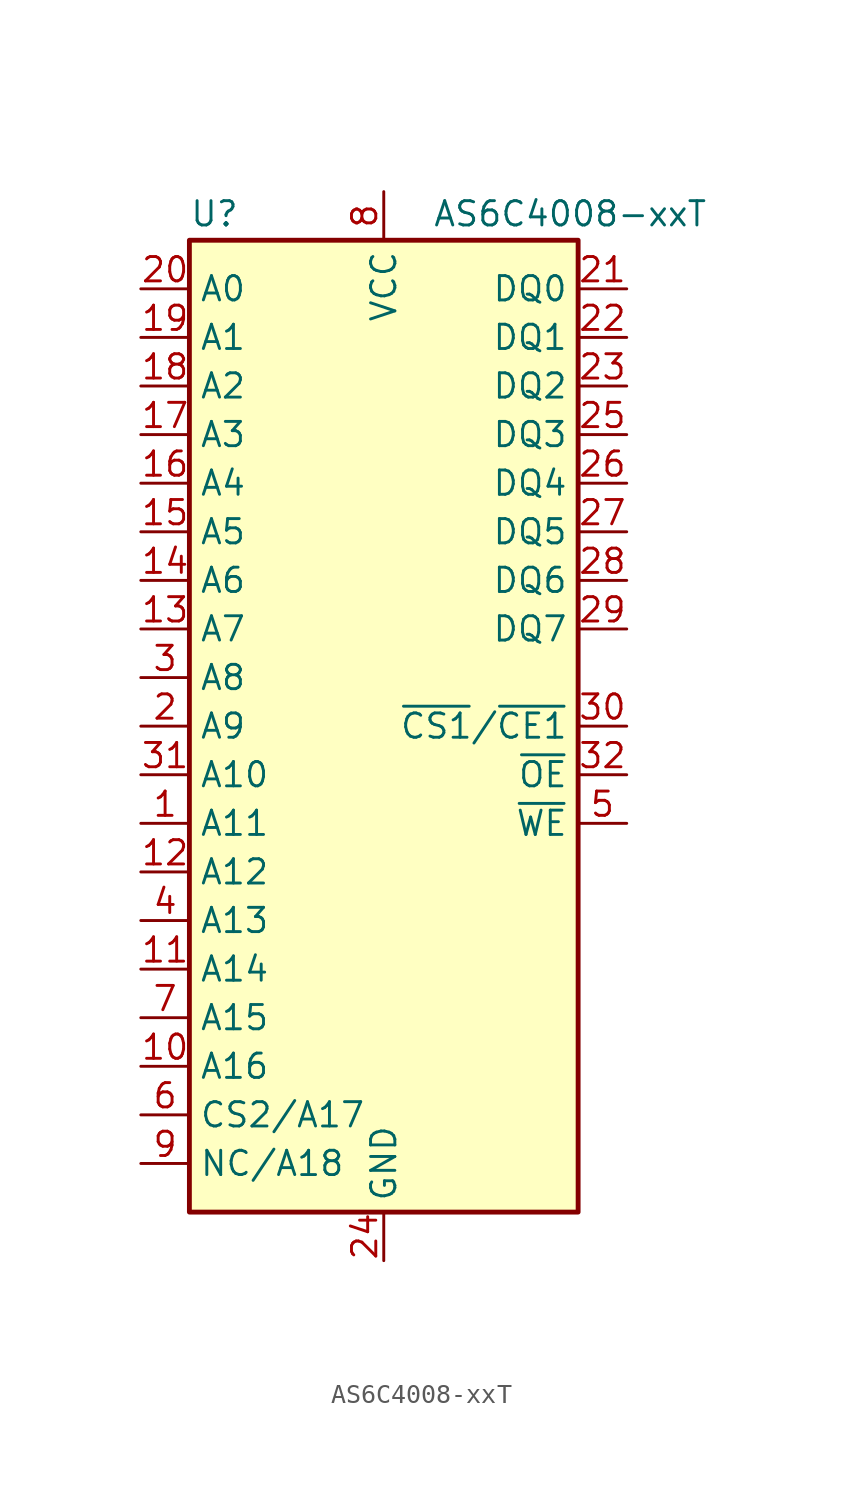
<source format=kicad_sym>
(kicad_symbol_lib
  (version 20231120)
  (generator "kicad_symbol_editor")
  (generator_version "8.0")
  (symbol "AS6C4008-xxT"
    (property "Reference" "U"
      (at -10.16 26.035 0)
      (effects (font (size 1.27 1.27)) (justify left bottom)))
    (property "Value" "AS6C4008-xxT"
      (at 2.54 26.035 0)
      (effects (font (size 1.27 1.27)) (justify left bottom)))
    (symbol "AS6C4008-xxT_0_0"
      (pin power_in line (at 0 -27.94 90) (length 2.54) (name "GND" (effects (font (size 1.27 1.27)))) (number "24" (effects (font (size 1.27 1.27)))))
      (pin power_in line (at 0 27.94 270) (length 2.54) (name "VCC" (effects (font (size 1.27 1.27)))) (number "8" (effects (font (size 1.27 1.27))))))
    (symbol "AS6C4008-xxT_0_1"
      (rectangle (start -10.16 25.4) (end 10.16 -25.4) (stroke (width 0.254) (type default)) (fill (type background))))
    (symbol "AS6C4008-xxT_1_1"
      (pin input line (at -12.7 -5.08 0) (length 2.54) (name "A11" (effects (font (size 1.27 1.27)))) (number "1" (effects (font (size 1.27 1.27)))))
      (pin input line (at -12.7 -17.78 0) (length 2.54) (name "A16" (effects (font (size 1.27 1.27)))) (number "10" (effects (font (size 1.27 1.27)))))
      (pin input line (at -12.7 -12.7 0) (length 2.54) (name "A14" (effects (font (size 1.27 1.27)))) (number "11" (effects (font (size 1.27 1.27)))))
      (pin input line (at -12.7 -7.62 0) (length 2.54) (name "A12" (effects (font (size 1.27 1.27)))) (number "12" (effects (font (size 1.27 1.27)))))
      (pin input line (at -12.7 5.08 0) (length 2.54) (name "A7" (effects (font (size 1.27 1.27)))) (number "13" (effects (font (size 1.27 1.27)))))
      (pin input line (at -12.7 7.62 0) (length 2.54) (name "A6" (effects (font (size 1.27 1.27)))) (number "14" (effects (font (size 1.27 1.27)))))
      (pin input line (at -12.7 10.16 0) (length 2.54) (name "A5" (effects (font (size 1.27 1.27)))) (number "15" (effects (font (size 1.27 1.27)))))
      (pin input line (at -12.7 12.7 0) (length 2.54) (name "A4" (effects (font (size 1.27 1.27)))) (number "16" (effects (font (size 1.27 1.27)))))
      (pin input line (at -12.7 15.24 0) (length 2.54) (name "A3" (effects (font (size 1.27 1.27)))) (number "17" (effects (font (size 1.27 1.27)))))
      (pin input line (at -12.7 17.78 0) (length 2.54) (name "A2" (effects (font (size 1.27 1.27)))) (number "18" (effects (font (size 1.27 1.27)))))
      (pin input line (at -12.7 20.32 0) (length 2.54) (name "A1" (effects (font (size 1.27 1.27)))) (number "19" (effects (font (size 1.27 1.27)))))
      (pin input line (at -12.7 0 0) (length 2.54) (name "A9" (effects (font (size 1.27 1.27)))) (number "2" (effects (font (size 1.27 1.27)))))
      (pin input line (at -12.7 22.86 0) (length 2.54) (name "A0" (effects (font (size 1.27 1.27)))) (number "20" (effects (font (size 1.27 1.27)))))
      (pin tri_state line (at 12.7 22.86 180) (length 2.54) (name "DQ0" (effects (font (size 1.27 1.27)))) (number "21" (effects (font (size 1.27 1.27)))))
      (pin tri_state line (at 12.7 20.32 180) (length 2.54) (name "DQ1" (effects (font (size 1.27 1.27)))) (number "22" (effects (font (size 1.27 1.27)))))
      (pin tri_state line (at 12.7 17.78 180) (length 2.54) (name "DQ2" (effects (font (size 1.27 1.27)))) (number "23" (effects (font (size 1.27 1.27)))))
      (pin tri_state line (at 12.7 15.24 180) (length 2.54) (name "DQ3" (effects (font (size 1.27 1.27)))) (number "25" (effects (font (size 1.27 1.27)))))
      (pin tri_state line (at 12.7 12.7 180) (length 2.54) (name "DQ4" (effects (font (size 1.27 1.27)))) (number "26" (effects (font (size 1.27 1.27)))))
      (pin tri_state line (at 12.7 10.16 180) (length 2.54) (name "DQ5" (effects (font (size 1.27 1.27)))) (number "27" (effects (font (size 1.27 1.27)))))
      (pin tri_state line (at 12.7 7.62 180) (length 2.54) (name "DQ6" (effects (font (size 1.27 1.27)))) (number "28" (effects (font (size 1.27 1.27)))))
      (pin tri_state line (at 12.7 5.08 180) (length 2.54) (name "DQ7" (effects (font (size 1.27 1.27)))) (number "29" (effects (font (size 1.27 1.27)))))
      (pin input line (at -12.7 2.54 0) (length 2.54) (name "A8" (effects (font (size 1.27 1.27)))) (number "3" (effects (font (size 1.27 1.27)))))
      (pin input line (at 12.7 0 180) (length 2.54) (name "~{CS1}/~{CE1}" (effects (font (size 1.27 1.27)))) (number "30" (effects (font (size 1.27 1.27)))))
      (pin input line (at -12.7 -2.54 0) (length 2.54) (name "A10" (effects (font (size 1.27 1.27)))) (number "31" (effects (font (size 1.27 1.27)))))
      (pin input line (at 12.7 -2.54 180) (length 2.54) (name "~{OE}" (effects (font (size 1.27 1.27)))) (number "32" (effects (font (size 1.27 1.27)))))
      (pin input line (at -12.7 -10.16 0) (length 2.54) (name "A13" (effects (font (size 1.27 1.27)))) (number "4" (effects (font (size 1.27 1.27)))))
      (pin input line (at 12.7 -5.08 180) (length 2.54) (name "~{WE}" (effects (font (size 1.27 1.27)))) (number "5" (effects (font (size 1.27 1.27)))))
      (pin input line (at -12.7 -20.32 0) (length 2.54) (name "CS2/A17" (effects (font (size 1.27 1.27)))) (number "6" (effects (font (size 1.27 1.27)))))
      (pin input line (at -12.7 -15.24 0) (length 2.54) (name "A15" (effects (font (size 1.27 1.27)))) (number "7" (effects (font (size 1.27 1.27)))))
      (pin input line (at -12.7 -22.86 0) (length 2.54) (name "NC/A18" (effects (font (size 1.27 1.27)))) (number "9" (effects (font (size 1.27 1.27))))))))
</source>
